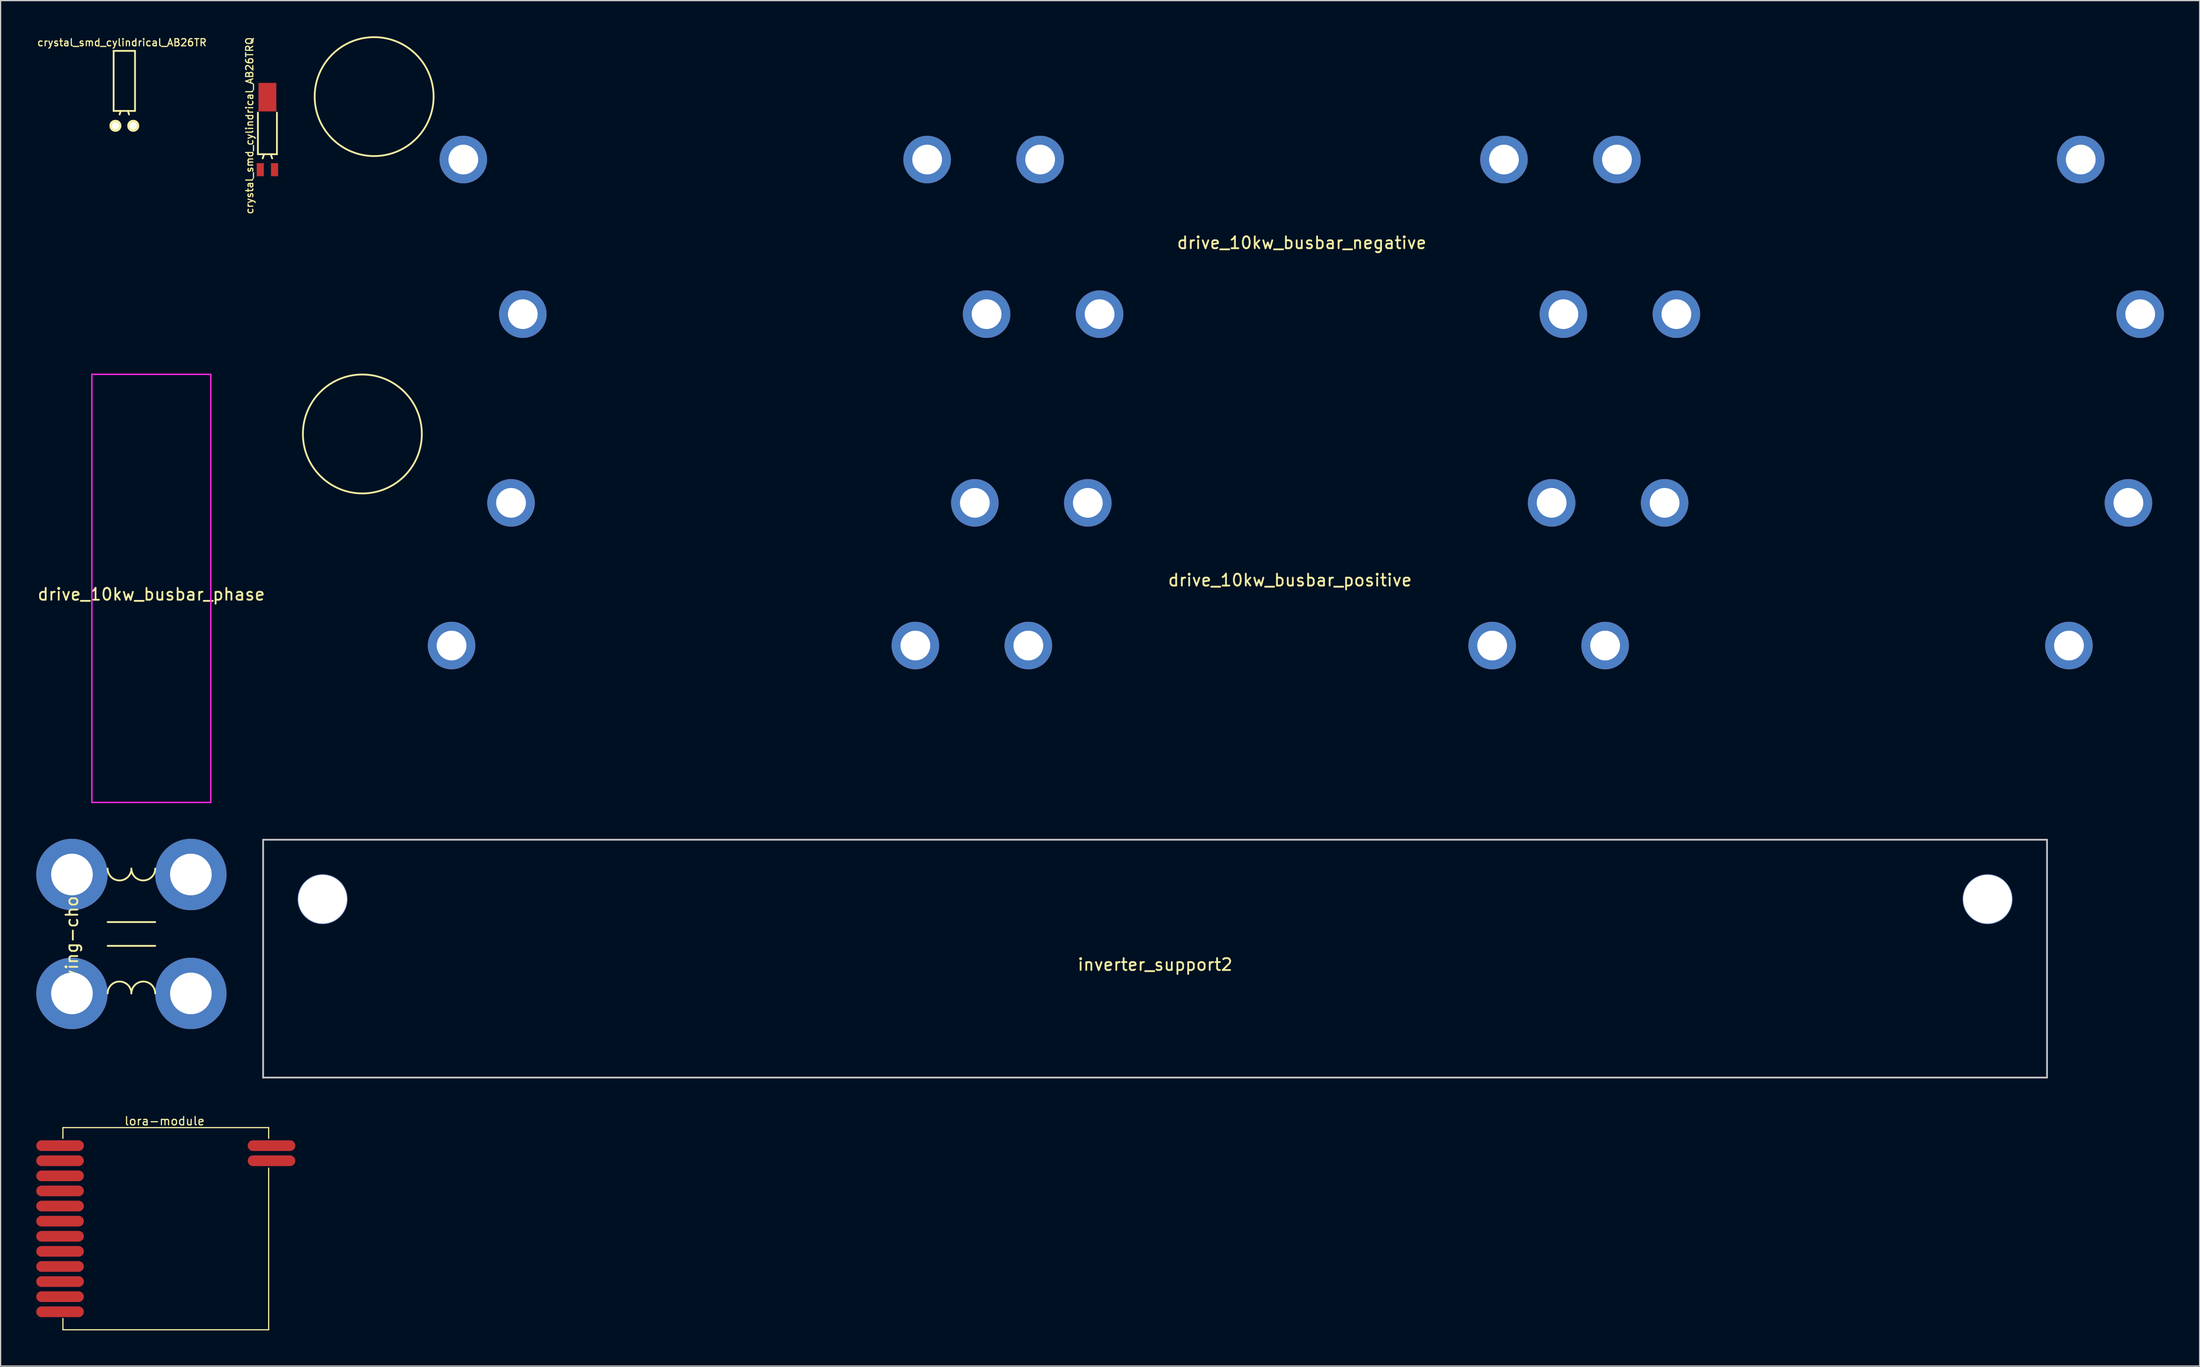
<source format=kicad_pcb>
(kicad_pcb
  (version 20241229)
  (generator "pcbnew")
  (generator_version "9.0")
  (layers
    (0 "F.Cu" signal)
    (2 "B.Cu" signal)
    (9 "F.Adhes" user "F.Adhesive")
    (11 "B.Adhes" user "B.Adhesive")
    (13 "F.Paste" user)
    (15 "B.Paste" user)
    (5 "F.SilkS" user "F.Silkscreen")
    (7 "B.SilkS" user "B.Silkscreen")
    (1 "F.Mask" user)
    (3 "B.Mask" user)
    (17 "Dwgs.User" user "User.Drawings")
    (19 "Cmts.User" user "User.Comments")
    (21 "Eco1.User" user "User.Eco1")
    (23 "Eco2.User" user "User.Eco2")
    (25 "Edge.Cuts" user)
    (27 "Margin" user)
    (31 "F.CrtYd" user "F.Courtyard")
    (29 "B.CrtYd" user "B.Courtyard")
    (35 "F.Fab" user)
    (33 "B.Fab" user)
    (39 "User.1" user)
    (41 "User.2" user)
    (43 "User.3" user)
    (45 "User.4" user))
  (footprint "flying-choke"
    (layer "F.Cu")
    (at 8 75.487)
    (property "Reference" "flying-choke" (at -5 0 270) (layer "F.SilkS") (effects (font (size 1 1) (thickness 0.15))))
    (attr through_hole)
    (fp_line (start -2 -1) (end 2 -1) (stroke (width 0.15) (type solid)) (layer "F.SilkS"))
    (fp_line (start -2 1) (end 2 1) (stroke (width 0.15) (type solid)) (layer "F.SilkS"))
    (fp_arc (start -2 5) (mid -1 4) (end 0 5) (stroke (width 0.15) (type solid)) (layer "F.SilkS"))
    (fp_arc (start 0 -5.5) (mid -1 -4.5) (end -2 -5.5) (stroke (width 0.15) (type solid)) (layer "F.SilkS"))
    (fp_arc (start 0 5) (mid 1 4) (end 2 5) (stroke (width 0.15) (type solid)) (layer "F.SilkS"))
    (fp_arc (start 2 -5.5) (mid 1 -4.5) (end 0 -5.5) (stroke (width 0.15) (type solid)) (layer "F.SilkS"))
    (pad "1" thru_hole circle (at -5 -5) (size 6 6) (drill 3.5) (layers "*.Cu" "*.Mask"))
    (pad "2" thru_hole circle (at 5 -5) (size 6 6) (drill 3.5) (layers "*.Cu" "*.Mask"))
    (pad "3" thru_hole circle (at -5 5) (size 6 6) (drill 3.5) (layers "*.Cu" "*.Mask"))
    (pad "4" thru_hole circle (at 5 5) (size 6 6) (drill 3.5) (layers "*.Cu" "*.Mask")))
  (footprint "lora-module"
    (layer "F.Cu")
    (at 10.89 100.272)
    (property "Reference" "lora-module" (at -0.1 -9.05 0) (layer "F.SilkS") (effects (font (size 0.7 0.7) (thickness 0.1))))
    (attr through_hole)
    (fp_line (start -8.65 -8.5) (end -8.65 -7.6) (stroke (width 0.1) (type solid)) (layer "F.SilkS"))
    (fp_line (start -8.65 8.5) (end -8.65 7.55) (stroke (width 0.1) (type solid)) (layer "F.SilkS"))
    (fp_line (start 0 -8.5) (end -8.65 -8.5) (stroke (width 0.1) (type solid)) (layer "F.SilkS"))
    (fp_line (start 0 -8.5) (end 8.65 -8.5) (stroke (width 0.1) (type solid)) (layer "F.SilkS"))
    (fp_line (start 8.65 -8.5) (end 8.65 -7.6) (stroke (width 0.1) (type solid)) (layer "F.SilkS"))
    (fp_line (start 8.65 -5.1) (end 8.65 8.5) (stroke (width 0.1) (type solid)) (layer "F.SilkS"))
    (fp_line (start 8.65 8.5) (end -8.65 8.5) (stroke (width 0.1) (type solid)) (layer "F.SilkS"))
    (pad "1" smd oval (at -8.89 -6.985) (size 4 0.9) (layers "F.Cu" "F.Mask" "F.Paste"))
    (pad "2" smd oval (at -8.89 -5.715) (size 4 0.9) (layers "F.Cu" "F.Mask" "F.Paste"))
    (pad "3" smd oval (at -8.89 -4.445) (size 4 0.9) (layers "F.Cu" "F.Mask" "F.Paste"))
    (pad "4" smd oval (at -8.89 -3.175) (size 4 0.9) (layers "F.Cu" "F.Mask" "F.Paste"))
    (pad "5" smd oval (at -8.89 -1.905) (size 4 0.9) (layers "F.Cu" "F.Mask" "F.Paste"))
    (pad "6" smd oval (at -8.89 -0.635) (size 4 0.9) (layers "F.Cu" "F.Mask" "F.Paste"))
    (pad "7" smd oval (at -8.89 0.635) (size 4 0.9) (layers "F.Cu" "F.Mask" "F.Paste"))
    (pad "8" smd oval (at -8.89 1.905) (size 4 0.9) (layers "F.Cu" "F.Mask" "F.Paste"))
    (pad "9" smd oval (at -8.89 3.175) (size 4 0.9) (layers "F.Cu" "F.Mask" "F.Paste"))
    (pad "10" smd oval (at -8.89 4.445) (size 4 0.9) (layers "F.Cu" "F.Mask" "F.Paste"))
    (pad "11" smd oval (at -8.89 5.715) (size 4 0.9) (layers "F.Cu" "F.Mask" "F.Paste"))
    (pad "12" smd oval (at -8.89 6.985) (size 4 0.9) (layers "F.Cu" "F.Mask" "F.Paste"))
    (pad "13" smd oval (at 8.89 -6.985) (size 4 0.9) (layers "F.Cu" "F.Mask" "F.Paste"))
    (pad "14" smd oval (at 8.89 -5.715) (size 4 0.9) (layers "F.Cu" "F.Mask" "F.Paste")))
  (footprint "drive_10kw_busbar_phase"
    (layer "F.Cu")
    (at 9.673 46.428)
    (property "Reference" "drive_10kw_busbar_phase" (at 0 0.5 0) (layer "F.SilkS") (effects (font (size 1 1) (thickness 0.15))))
    (attr through_hole)
    (fp_line (start -5 -18) (end 5 -18) (stroke (width 0.12) (type solid)) (layer "F.CrtYd"))
    (fp_line (start -5 18) (end -5 -18) (stroke (width 0.12) (type solid)) (layer "F.CrtYd"))
    (fp_line (start 5 -18) (end 5 18) (stroke (width 0.12) (type solid)) (layer "F.CrtYd"))
    (fp_line (start 5 18) (end -5 18) (stroke (width 0.12) (type solid)) (layer "F.CrtYd")))
  (footprint "drive_10kw_busbar_negative"
    (layer "F.Cu")
    (at 106.41 16.867)
    (property "Reference" "drive_10kw_busbar_negative" (at 0 0.5 0) (layer "F.SilkS") (effects (font (size 1 1) (thickness 0.15))))
    (attr through_hole)
    (fp_circle (center -78 -11.793) (end -73 -11.793) (stroke (width 0.15) (type solid)) (fill no) (layer "F.SilkS"))
    (pad "1" thru_hole circle (at -22 -6.5) (size 4 4) (drill 2.5) (layers "*.Cu" "*.Mask"))
    (pad "2" thru_hole circle (at -70.5 -6.5) (size 4 4) (drill 2.5) (layers "*.Cu" "*.Mask"))
    (pad "2" thru_hole circle (at -65.5 6.5) (size 4 4) (drill 2.5) (layers "*.Cu" "*.Mask"))
    (pad "2" thru_hole circle (at -31.5 -6.5) (size 4 4) (drill 2.5) (layers "*.Cu" "*.Mask"))
    (pad "2" thru_hole circle (at -26.5 6.5) (size 4 4) (drill 2.5) (layers "*.Cu" "*.Mask"))
    (pad "2" thru_hole circle (at -17 6.5) (size 4 4) (drill 2.5) (layers "*.Cu" "*.Mask"))
    (pad "2" thru_hole circle (at 26.5 -6.5) (size 4 4) (drill 2.5) (layers "*.Cu" "*.Mask"))
    (pad "2" thru_hole circle (at 31.5 6.5) (size 4 4) (drill 2.5) (layers "*.Cu" "*.Mask"))
    (pad "2" thru_hole circle (at 65.5 -6.5) (size 4 4) (drill 2.5) (layers "*.Cu" "*.Mask"))
    (pad "2" thru_hole circle (at 70.5 6.5) (size 4 4) (drill 2.5) (layers "*.Cu" "*.Mask"))
    (pad "3" thru_hole circle (at 22 6.5) (size 4 4) (drill 2.5) (layers "*.Cu" "*.Mask"))
    (pad "4" thru_hole circle (at 17 -6.5) (size 4 4) (drill 2.5) (layers "*.Cu" "*.Mask")))
  (footprint "inverter_support2"
    (layer "F.Cu")
    (at 94.075 77.562)
    (property "Reference" "inverter_support2" (at 0 0.5 0) (layer "F.SilkS") (effects (font (size 1 1) (thickness 0.15))))
    (attr through_hole)
    (fp_line (start -75 -10) (end 75 -10) (stroke (width 0.15) (type solid)) (layer "Dwgs.User"))
    (fp_line (start -75 10) (end -75 -10) (stroke (width 0.15) (type solid)) (layer "Dwgs.User"))
    (fp_line (start 75 -10) (end 75 10) (stroke (width 0.15) (type solid)) (layer "Dwgs.User"))
    (fp_line (start 75 10) (end -75 10) (stroke (width 0.15) (type solid)) (layer "Dwgs.User"))
    (pad "" np_thru_hole circle (at -70 -5) (size 4.2 4.2) (drill 4.1) (layers "*.Cu" "*.Mask"))
    (pad "" np_thru_hole circle (at 70 -5) (size 4.2 4.2) (drill 4.1) (layers "*.Cu" "*.Mask")))
  (footprint "crystal_smd_cylindrical_AB26TR"
    (layer "F.Cu")
    (at 7.404 7.527)
    (property "Reference" "crystal_smd_cylindrical_AB26TR" (at -0.2 -7 0) (layer "F.SilkS") (effects (font (size 0.6 0.6) (thickness 0.1))))
    (attr through_hole)
    (fp_line (start -0.899 -6.299) (end -0.899 -1.25) (stroke (width 0.15) (type solid)) (layer "F.SilkS"))
    (fp_line (start -0.3 -1.25) (end -0.399 -0.95) (stroke (width 0.15) (type solid)) (layer "F.SilkS"))
    (fp_line (start 0.3 -1.25) (end 0.399 -0.95) (stroke (width 0.15) (type solid)) (layer "F.SilkS"))
    (fp_line (start 0.899 -6.299) (end -0.899 -6.299) (stroke (width 0.15) (type solid)) (layer "F.SilkS"))
    (fp_line (start 0.899 -1.25) (end -0.899 -1.25) (stroke (width 0.15) (type solid)) (layer "F.SilkS"))
    (fp_line (start 0.899 -1.25) (end 0.899 -6.299) (stroke (width 0.15) (type solid)) (layer "F.SilkS"))
    (pad "1" thru_hole circle (at -0.749 0) (size 1.001 1.001) (drill 0.599) (layers "*.Cu" "*.Mask" "F.SilkS"))
    (pad "2" thru_hole circle (at 0.749 0) (size 1.001 1.001) (drill 0.599) (layers "*.Cu" "*.Mask" "F.SilkS")))
  (footprint "crystal_smd_cylindrical_AB26TRQ"
    (layer "F.Cu")
    (at 19.435 11.219)
    (property "Reference" "crystal_smd_cylindrical_AB26TRQ" (at -1.5 -3.7 90) (layer "F.SilkS") (effects (font (size 0.6 0.6) (thickness 0.1))))
    (attr through_hole)
    (fp_line (start -0.8 -1.3) (end -0.8 -4.8) (stroke (width 0.15) (type solid)) (layer "F.SilkS"))
    (fp_line (start -0.3 -1.25) (end -0.399 -0.95) (stroke (width 0.15) (type solid)) (layer "F.SilkS"))
    (fp_line (start 0.3 -1.25) (end 0.399 -0.95) (stroke (width 0.15) (type solid)) (layer "F.SilkS"))
    (fp_line (start 0.8 -1.3) (end -0.8 -1.3) (stroke (width 0.15) (type solid)) (layer "F.SilkS"))
    (fp_line (start 0.8 -1.3) (end 0.8 -4.8) (stroke (width 0.15) (type solid)) (layer "F.SilkS"))
    (pad "1" smd rect (at -0.6 0) (size 0.6 1.1) (layers "F.Cu" "F.Mask" "F.Paste"))
    (pad "2" smd rect (at 0.6 0) (size 0.6 1.1) (layers "F.Cu" "F.Mask" "F.Paste"))
    (pad "3" smd rect (at 0 -6.1) (size 1.5 2.4) (layers "F.Cu" "F.Mask" "F.Paste")))
  (footprint "drive_10kw_busbar_positive"
    (layer "F.Cu")
    (at 105.42 45.235)
    (property "Reference" "drive_10kw_busbar_positive" (at 0 0.5 0) (layer "F.SilkS") (effects (font (size 1 1) (thickness 0.15))))
    (attr through_hole)
    (fp_circle (center -78 -11.793) (end -73 -11.793) (stroke (width 0.15) (type solid)) (fill no) (layer "F.SilkS"))
    (pad "1" thru_hole circle (at -17 -6) (size 4 4) (drill 2.5) (layers "*.Cu" "*.Mask"))
    (pad "2" thru_hole circle (at -70.5 6) (size 4 4) (drill 2.5) (layers "*.Cu" "*.Mask"))
    (pad "2" thru_hole circle (at -65.5 -6) (size 4 4) (drill 2.5) (layers "*.Cu" "*.Mask"))
    (pad "2" thru_hole circle (at -31.5 6) (size 4 4) (drill 2.5) (layers "*.Cu" "*.Mask"))
    (pad "2" thru_hole circle (at -26.5 -6) (size 4 4) (drill 2.5) (layers "*.Cu" "*.Mask"))
    (pad "2" thru_hole circle (at -22 6) (size 4 4) (drill 2.5) (layers "*.Cu" "*.Mask"))
    (pad "2" thru_hole circle (at 26.5 6) (size 4 4) (drill 2.5) (layers "*.Cu" "*.Mask"))
    (pad "2" thru_hole circle (at 31.5 -6) (size 4 4) (drill 2.5) (layers "*.Cu" "*.Mask"))
    (pad "2" thru_hole circle (at 65.5 6) (size 4 4) (drill 2.5) (layers "*.Cu" "*.Mask"))
    (pad "2" thru_hole circle (at 70.5 -6) (size 4 4) (drill 2.5) (layers "*.Cu" "*.Mask"))
    (pad "3" thru_hole circle (at 17 6) (size 4 4) (drill 2.5) (layers "*.Cu" "*.Mask"))
    (pad "4" thru_hole circle (at 22 -6) (size 4 4) (drill 2.5) (layers "*.Cu" "*.Mask")))
  (gr_rect
    (start -3 -3)
    (end 181.91 111.823)
    (stroke (width 0.1) (type default))
    (fill no)
    (layer "Edge.Cuts")))
</source>
